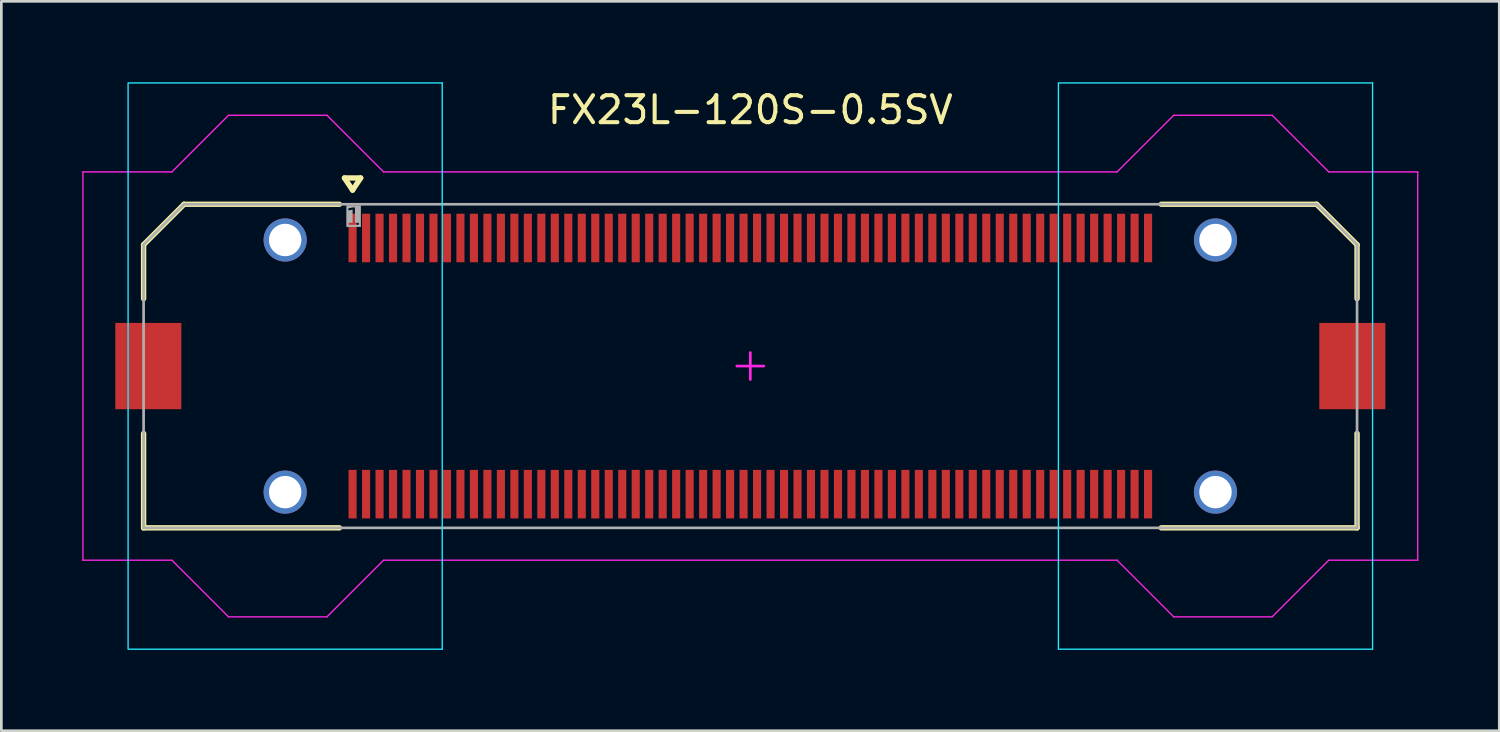
<source format=kicad_pcb>
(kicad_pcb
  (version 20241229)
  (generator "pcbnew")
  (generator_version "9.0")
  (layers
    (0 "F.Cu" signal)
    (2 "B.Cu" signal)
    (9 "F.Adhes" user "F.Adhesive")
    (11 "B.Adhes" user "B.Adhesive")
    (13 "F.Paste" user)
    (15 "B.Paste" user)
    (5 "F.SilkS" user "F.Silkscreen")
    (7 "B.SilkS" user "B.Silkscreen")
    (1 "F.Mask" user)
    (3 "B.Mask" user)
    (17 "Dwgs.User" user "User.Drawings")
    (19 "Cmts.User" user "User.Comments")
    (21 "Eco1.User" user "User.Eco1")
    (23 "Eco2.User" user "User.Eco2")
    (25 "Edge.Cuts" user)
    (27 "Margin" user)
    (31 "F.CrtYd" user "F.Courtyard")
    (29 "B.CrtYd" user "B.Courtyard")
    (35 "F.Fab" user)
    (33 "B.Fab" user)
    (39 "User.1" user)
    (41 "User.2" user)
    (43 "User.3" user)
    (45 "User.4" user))
  (footprint "FX23L-120S-0.5SV"
    (layer "F.Cu")
    (at 24.775 10.525)
    (property "Reference" "FX23L-120S-0.5SV" (at 0 -9.5 0) (layer "F.SilkS") (effects (font (size 1 1) (thickness 0.15))))
    (fp_line (start -22.5 -4.5) (end -21 -6) (stroke (width 0.2) (type solid)) (layer "F.SilkS"))
    (fp_line (start -22.5 -2.5) (end -22.5 -4.5) (stroke (width 0.2) (type solid)) (layer "F.SilkS"))
    (fp_line (start -22.5 6) (end -22.5 2.5) (stroke (width 0.2) (type solid)) (layer "F.SilkS"))
    (fp_line (start -22.5 6) (end -15.24 6) (stroke (width 0.2) (type solid)) (layer "F.SilkS"))
    (fp_line (start -21 -6) (end -15.24 -6) (stroke (width 0.2) (type solid)) (layer "F.SilkS"))
    (fp_line (start -15.05 -6.975) (end -14.75 -6.525) (stroke (width 0.2) (type solid)) (layer "F.SilkS"))
    (fp_line (start -15.05 -6.975) (end -14.45 -6.975) (stroke (width 0.2) (type solid)) (layer "F.SilkS"))
    (fp_line (start -14.75 -6.525) (end -14.45 -6.975) (stroke (width 0.2) (type solid)) (layer "F.SilkS"))
    (fp_line (start 15.24 -6) (end 21 -6) (stroke (width 0.2) (type solid)) (layer "F.SilkS"))
    (fp_line (start 15.24 6) (end 22.5 6) (stroke (width 0.2) (type solid)) (layer "F.SilkS"))
    (fp_line (start 21 -6) (end 22.5 -4.5) (stroke (width 0.2) (type solid)) (layer "F.SilkS"))
    (fp_line (start 22.5 -2.5) (end 22.5 -4.5) (stroke (width 0.2) (type solid)) (layer "F.SilkS"))
    (fp_line (start 22.5 6) (end 22.5 2.5) (stroke (width 0.2) (type solid)) (layer "F.SilkS"))
    (fp_rect (start -16.85 -3.862) (end -15.4 -5.375) (stroke (width 0) (type default)) (fill yes) (layer "F.Paste"))
    (fp_rect (start -16.85 5.375) (end -15.4 3.862) (stroke (width 0) (type default)) (fill yes) (layer "F.Paste"))
    (fp_rect (start -14.875 -3.85) (end -14.625 -5.65) (stroke (width 0) (type default)) (fill yes) (layer "F.Paste"))
    (fp_rect (start -14.875 5.65) (end -14.625 3.85) (stroke (width 0) (type default)) (fill yes) (layer "F.Paste"))
    (fp_rect (start -14.375 -3.85) (end -14.125 -5.65) (stroke (width 0) (type default)) (fill yes) (layer "F.Paste"))
    (fp_rect (start -14.375 5.65) (end -14.125 3.85) (stroke (width 0) (type default)) (fill yes) (layer "F.Paste"))
    (fp_rect (start -13.875 -3.85) (end -13.625 -5.65) (stroke (width 0) (type default)) (fill yes) (layer "F.Paste"))
    (fp_rect (start -13.875 5.65) (end -13.625 3.85) (stroke (width 0) (type default)) (fill yes) (layer "F.Paste"))
    (fp_rect (start -13.375 -3.85) (end -13.125 -5.65) (stroke (width 0) (type default)) (fill yes) (layer "F.Paste"))
    (fp_rect (start -13.375 5.65) (end -13.125 3.85) (stroke (width 0) (type default)) (fill yes) (layer "F.Paste"))
    (fp_rect (start -12.875 -3.85) (end -12.625 -5.65) (stroke (width 0) (type default)) (fill yes) (layer "F.Paste"))
    (fp_rect (start -12.875 5.65) (end -12.625 3.85) (stroke (width 0) (type default)) (fill yes) (layer "F.Paste"))
    (fp_rect (start -12.375 -3.85) (end -12.125 -5.65) (stroke (width 0) (type default)) (fill yes) (layer "F.Paste"))
    (fp_rect (start -12.375 5.65) (end -12.125 3.85) (stroke (width 0) (type default)) (fill yes) (layer "F.Paste"))
    (fp_rect (start -11.875 -3.85) (end -11.625 -5.65) (stroke (width 0) (type default)) (fill yes) (layer "F.Paste"))
    (fp_rect (start -11.875 5.65) (end -11.625 3.85) (stroke (width 0) (type default)) (fill yes) (layer "F.Paste"))
    (fp_rect (start -11.375 -3.85) (end -11.125 -5.65) (stroke (width 0) (type default)) (fill yes) (layer "F.Paste"))
    (fp_rect (start -11.375 5.65) (end -11.125 3.85) (stroke (width 0) (type default)) (fill yes) (layer "F.Paste"))
    (fp_rect (start -10.875 -3.85) (end -10.625 -5.65) (stroke (width 0) (type default)) (fill yes) (layer "F.Paste"))
    (fp_rect (start -10.875 5.65) (end -10.625 3.85) (stroke (width 0) (type default)) (fill yes) (layer "F.Paste"))
    (fp_rect (start -10.375 -3.85) (end -10.125 -5.65) (stroke (width 0) (type default)) (fill yes) (layer "F.Paste"))
    (fp_rect (start -10.375 5.65) (end -10.125 3.85) (stroke (width 0) (type default)) (fill yes) (layer "F.Paste"))
    (fp_rect (start -9.875 -3.85) (end -9.625 -5.65) (stroke (width 0) (type default)) (fill yes) (layer "F.Paste"))
    (fp_rect (start -9.875 5.65) (end -9.625 3.85) (stroke (width 0) (type default)) (fill yes) (layer "F.Paste"))
    (fp_rect (start -9.375 -3.85) (end -9.125 -5.65) (stroke (width 0) (type default)) (fill yes) (layer "F.Paste"))
    (fp_rect (start -9.375 5.65) (end -9.125 3.85) (stroke (width 0) (type default)) (fill yes) (layer "F.Paste"))
    (fp_rect (start -8.875 -3.85) (end -8.625 -5.65) (stroke (width 0) (type default)) (fill yes) (layer "F.Paste"))
    (fp_rect (start -8.875 5.65) (end -8.625 3.85) (stroke (width 0) (type default)) (fill yes) (layer "F.Paste"))
    (fp_rect (start -8.375 -3.85) (end -8.125 -5.65) (stroke (width 0) (type default)) (fill yes) (layer "F.Paste"))
    (fp_rect (start -8.375 5.65) (end -8.125 3.85) (stroke (width 0) (type default)) (fill yes) (layer "F.Paste"))
    (fp_rect (start -7.875 -3.85) (end -7.625 -5.65) (stroke (width 0) (type default)) (fill yes) (layer "F.Paste"))
    (fp_rect (start -7.875 5.65) (end -7.625 3.85) (stroke (width 0) (type default)) (fill yes) (layer "F.Paste"))
    (fp_rect (start -7.375 -3.85) (end -7.125 -5.65) (stroke (width 0) (type default)) (fill yes) (layer "F.Paste"))
    (fp_rect (start -7.375 5.65) (end -7.125 3.85) (stroke (width 0) (type default)) (fill yes) (layer "F.Paste"))
    (fp_rect (start -6.875 -3.85) (end -6.625 -5.65) (stroke (width 0) (type default)) (fill yes) (layer "F.Paste"))
    (fp_rect (start -6.875 5.65) (end -6.625 3.85) (stroke (width 0) (type default)) (fill yes) (layer "F.Paste"))
    (fp_rect (start -6.375 -3.85) (end -6.125 -5.65) (stroke (width 0) (type default)) (fill yes) (layer "F.Paste"))
    (fp_rect (start -6.375 5.65) (end -6.125 3.85) (stroke (width 0) (type default)) (fill yes) (layer "F.Paste"))
    (fp_rect (start -5.875 -3.85) (end -5.625 -5.65) (stroke (width 0) (type default)) (fill yes) (layer "F.Paste"))
    (fp_rect (start -5.875 5.65) (end -5.625 3.85) (stroke (width 0) (type default)) (fill yes) (layer "F.Paste"))
    (fp_rect (start -5.375 -3.85) (end -5.125 -5.65) (stroke (width 0) (type default)) (fill yes) (layer "F.Paste"))
    (fp_rect (start -5.375 5.65) (end -5.125 3.85) (stroke (width 0) (type default)) (fill yes) (layer "F.Paste"))
    (fp_rect (start -4.875 -3.85) (end -4.625 -5.65) (stroke (width 0) (type default)) (fill yes) (layer "F.Paste"))
    (fp_rect (start -4.875 5.65) (end -4.625 3.85) (stroke (width 0) (type default)) (fill yes) (layer "F.Paste"))
    (fp_rect (start -4.375 -3.85) (end -4.125 -5.65) (stroke (width 0) (type default)) (fill yes) (layer "F.Paste"))
    (fp_rect (start -4.375 5.65) (end -4.125 3.85) (stroke (width 0) (type default)) (fill yes) (layer "F.Paste"))
    (fp_rect (start -3.875 -3.85) (end -3.625 -5.65) (stroke (width 0) (type default)) (fill yes) (layer "F.Paste"))
    (fp_rect (start -3.875 5.65) (end -3.625 3.85) (stroke (width 0) (type default)) (fill yes) (layer "F.Paste"))
    (fp_rect (start -3.375 -3.85) (end -3.125 -5.65) (stroke (width 0) (type default)) (fill yes) (layer "F.Paste"))
    (fp_rect (start -3.375 5.65) (end -3.125 3.85) (stroke (width 0) (type default)) (fill yes) (layer "F.Paste"))
    (fp_rect (start -2.875 -3.85) (end -2.625 -5.65) (stroke (width 0) (type default)) (fill yes) (layer "F.Paste"))
    (fp_rect (start -2.875 5.65) (end -2.625 3.85) (stroke (width 0) (type default)) (fill yes) (layer "F.Paste"))
    (fp_rect (start -2.375 -3.85) (end -2.125 -5.65) (stroke (width 0) (type default)) (fill yes) (layer "F.Paste"))
    (fp_rect (start -2.375 5.65) (end -2.125 3.85) (stroke (width 0) (type default)) (fill yes) (layer "F.Paste"))
    (fp_rect (start -1.875 -3.85) (end -1.625 -5.65) (stroke (width 0) (type default)) (fill yes) (layer "F.Paste"))
    (fp_rect (start -1.875 5.65) (end -1.625 3.85) (stroke (width 0) (type default)) (fill yes) (layer "F.Paste"))
    (fp_rect (start -1.375 -3.85) (end -1.125 -5.65) (stroke (width 0) (type default)) (fill yes) (layer "F.Paste"))
    (fp_rect (start -1.375 5.65) (end -1.125 3.85) (stroke (width 0) (type default)) (fill yes) (layer "F.Paste"))
    (fp_rect (start -0.875 -3.85) (end -0.625 -5.65) (stroke (width 0) (type default)) (fill yes) (layer "F.Paste"))
    (fp_rect (start -0.875 5.65) (end -0.625 3.85) (stroke (width 0) (type default)) (fill yes) (layer "F.Paste"))
    (fp_rect (start -0.375 -3.85) (end -0.125 -5.65) (stroke (width 0) (type default)) (fill yes) (layer "F.Paste"))
    (fp_rect (start -0.375 5.65) (end -0.125 3.85) (stroke (width 0) (type default)) (fill yes) (layer "F.Paste"))
    (fp_rect (start 0.125 -3.85) (end 0.375 -5.65) (stroke (width 0) (type default)) (fill yes) (layer "F.Paste"))
    (fp_rect (start 0.125 5.65) (end 0.375 3.85) (stroke (width 0) (type default)) (fill yes) (layer "F.Paste"))
    (fp_rect (start 0.625 -3.85) (end 0.875 -5.65) (stroke (width 0) (type default)) (fill yes) (layer "F.Paste"))
    (fp_rect (start 0.625 5.65) (end 0.875 3.85) (stroke (width 0) (type default)) (fill yes) (layer "F.Paste"))
    (fp_rect (start 1.125 -3.85) (end 1.375 -5.65) (stroke (width 0) (type default)) (fill yes) (layer "F.Paste"))
    (fp_rect (start 1.125 5.65) (end 1.375 3.85) (stroke (width 0) (type default)) (fill yes) (layer "F.Paste"))
    (fp_rect (start 1.625 -3.85) (end 1.875 -5.65) (stroke (width 0) (type default)) (fill yes) (layer "F.Paste"))
    (fp_rect (start 1.625 5.65) (end 1.875 3.85) (stroke (width 0) (type default)) (fill yes) (layer "F.Paste"))
    (fp_rect (start 2.125 -3.85) (end 2.375 -5.65) (stroke (width 0) (type default)) (fill yes) (layer "F.Paste"))
    (fp_rect (start 2.125 5.65) (end 2.375 3.85) (stroke (width 0) (type default)) (fill yes) (layer "F.Paste"))
    (fp_rect (start 2.625 -3.85) (end 2.875 -5.65) (stroke (width 0) (type default)) (fill yes) (layer "F.Paste"))
    (fp_rect (start 2.625 5.65) (end 2.875 3.85) (stroke (width 0) (type default)) (fill yes) (layer "F.Paste"))
    (fp_rect (start 3.125 -3.85) (end 3.375 -5.65) (stroke (width 0) (type default)) (fill yes) (layer "F.Paste"))
    (fp_rect (start 3.125 5.65) (end 3.375 3.85) (stroke (width 0) (type default)) (fill yes) (layer "F.Paste"))
    (fp_rect (start 3.625 -3.85) (end 3.875 -5.65) (stroke (width 0) (type default)) (fill yes) (layer "F.Paste"))
    (fp_rect (start 3.625 5.65) (end 3.875 3.85) (stroke (width 0) (type default)) (fill yes) (layer "F.Paste"))
    (fp_rect (start 4.125 -3.85) (end 4.375 -5.65) (stroke (width 0) (type default)) (fill yes) (layer "F.Paste"))
    (fp_rect (start 4.125 5.65) (end 4.375 3.85) (stroke (width 0) (type default)) (fill yes) (layer "F.Paste"))
    (fp_rect (start 4.625 -3.85) (end 4.875 -5.65) (stroke (width 0) (type default)) (fill yes) (layer "F.Paste"))
    (fp_rect (start 4.625 5.65) (end 4.875 3.85) (stroke (width 0) (type default)) (fill yes) (layer "F.Paste"))
    (fp_rect (start 5.125 -3.85) (end 5.375 -5.65) (stroke (width 0) (type default)) (fill yes) (layer "F.Paste"))
    (fp_rect (start 5.125 5.65) (end 5.375 3.85) (stroke (width 0) (type default)) (fill yes) (layer "F.Paste"))
    (fp_rect (start 5.625 -3.85) (end 5.875 -5.65) (stroke (width 0) (type default)) (fill yes) (layer "F.Paste"))
    (fp_rect (start 5.625 5.65) (end 5.875 3.85) (stroke (width 0) (type default)) (fill yes) (layer "F.Paste"))
    (fp_rect (start 6.125 -3.85) (end 6.375 -5.65) (stroke (width 0) (type default)) (fill yes) (layer "F.Paste"))
    (fp_rect (start 6.125 5.65) (end 6.375 3.85) (stroke (width 0) (type default)) (fill yes) (layer "F.Paste"))
    (fp_rect (start 6.625 -3.85) (end 6.875 -5.65) (stroke (width 0) (type default)) (fill yes) (layer "F.Paste"))
    (fp_rect (start 6.625 5.65) (end 6.875 3.85) (stroke (width 0) (type default)) (fill yes) (layer "F.Paste"))
    (fp_rect (start 7.125 -3.85) (end 7.375 -5.65) (stroke (width 0) (type default)) (fill yes) (layer "F.Paste"))
    (fp_rect (start 7.125 5.65) (end 7.375 3.85) (stroke (width 0) (type default)) (fill yes) (layer "F.Paste"))
    (fp_rect (start 7.625 -3.85) (end 7.875 -5.65) (stroke (width 0) (type default)) (fill yes) (layer "F.Paste"))
    (fp_rect (start 7.625 5.65) (end 7.875 3.85) (stroke (width 0) (type default)) (fill yes) (layer "F.Paste"))
    (fp_rect (start 8.125 -3.85) (end 8.375 -5.65) (stroke (width 0) (type default)) (fill yes) (layer "F.Paste"))
    (fp_rect (start 8.125 5.65) (end 8.375 3.85) (stroke (width 0) (type default)) (fill yes) (layer "F.Paste"))
    (fp_rect (start 8.625 -3.85) (end 8.875 -5.65) (stroke (width 0) (type default)) (fill yes) (layer "F.Paste"))
    (fp_rect (start 8.625 5.65) (end 8.875 3.85) (stroke (width 0) (type default)) (fill yes) (layer "F.Paste"))
    (fp_rect (start 9.125 -3.85) (end 9.375 -5.65) (stroke (width 0) (type default)) (fill yes) (layer "F.Paste"))
    (fp_rect (start 9.125 5.65) (end 9.375 3.85) (stroke (width 0) (type default)) (fill yes) (layer "F.Paste"))
    (fp_rect (start 9.625 -3.85) (end 9.875 -5.65) (stroke (width 0) (type default)) (fill yes) (layer "F.Paste"))
    (fp_rect (start 9.625 5.65) (end 9.875 3.85) (stroke (width 0) (type default)) (fill yes) (layer "F.Paste"))
    (fp_rect (start 10.125 -3.85) (end 10.375 -5.65) (stroke (width 0) (type default)) (fill yes) (layer "F.Paste"))
    (fp_rect (start 10.125 5.65) (end 10.375 3.85) (stroke (width 0) (type default)) (fill yes) (layer "F.Paste"))
    (fp_rect (start 10.625 -3.85) (end 10.875 -5.65) (stroke (width 0) (type default)) (fill yes) (layer "F.Paste"))
    (fp_rect (start 10.625 5.65) (end 10.875 3.85) (stroke (width 0) (type default)) (fill yes) (layer "F.Paste"))
    (fp_rect (start 11.125 -3.85) (end 11.375 -5.65) (stroke (width 0) (type default)) (fill yes) (layer "F.Paste"))
    (fp_rect (start 11.125 5.65) (end 11.375 3.85) (stroke (width 0) (type default)) (fill yes) (layer "F.Paste"))
    (fp_rect (start 11.625 -3.85) (end 11.875 -5.65) (stroke (width 0) (type default)) (fill yes) (layer "F.Paste"))
    (fp_rect (start 11.625 5.65) (end 11.875 3.85) (stroke (width 0) (type default)) (fill yes) (layer "F.Paste"))
    (fp_rect (start 12.125 -3.85) (end 12.375 -5.65) (stroke (width 0) (type default)) (fill yes) (layer "F.Paste"))
    (fp_rect (start 12.125 5.65) (end 12.375 3.85) (stroke (width 0) (type default)) (fill yes) (layer "F.Paste"))
    (fp_rect (start 12.625 -3.85) (end 12.875 -5.65) (stroke (width 0) (type default)) (fill yes) (layer "F.Paste"))
    (fp_rect (start 12.625 5.65) (end 12.875 3.85) (stroke (width 0) (type default)) (fill yes) (layer "F.Paste"))
    (fp_rect (start 13.125 -3.85) (end 13.375 -5.65) (stroke (width 0) (type default)) (fill yes) (layer "F.Paste"))
    (fp_rect (start 13.125 5.65) (end 13.375 3.85) (stroke (width 0) (type default)) (fill yes) (layer "F.Paste"))
    (fp_rect (start 13.625 -3.85) (end 13.875 -5.65) (stroke (width 0) (type default)) (fill yes) (layer "F.Paste"))
    (fp_rect (start 13.625 5.65) (end 13.875 3.85) (stroke (width 0) (type default)) (fill yes) (layer "F.Paste"))
    (fp_rect (start 14.125 -3.85) (end 14.375 -5.65) (stroke (width 0) (type default)) (fill yes) (layer "F.Paste"))
    (fp_rect (start 14.125 5.65) (end 14.375 3.85) (stroke (width 0) (type default)) (fill yes) (layer "F.Paste"))
    (fp_rect (start 14.625 -3.85) (end 14.875 -5.65) (stroke (width 0) (type default)) (fill yes) (layer "F.Paste"))
    (fp_rect (start 14.625 5.65) (end 14.875 3.85) (stroke (width 0) (type default)) (fill yes) (layer "F.Paste"))
    (fp_rect (start 16.85 -5.375) (end 15.4 -3.862) (stroke (width 0) (type default)) (fill yes) (layer "F.Paste"))
    (fp_rect (start 16.85 3.862) (end 15.4 5.375) (stroke (width 0) (type default)) (fill yes) (layer "F.Paste"))
    (fp_poly (pts (xy -15.4 -5.275) (xy -17.65 -5.275) (xy -17.65 -3.875) (xy -19.15 -3.875) (xy -19.65 -4.375) (xy -19.65 -8.3) (xy -19.15 -8.8) (xy -15.9 -8.8) (xy -15.4 -8.3)) (stroke (width 0) (type default)) (fill yes) (layer "F.Paste"))
    (fp_poly (pts (xy -15.4 5.275) (xy -17.65 5.275) (xy -17.65 3.875) (xy -19.15 3.875) (xy -19.65 4.375) (xy -19.65 8.3) (xy -19.15 8.8) (xy -15.9 8.8) (xy -15.4 8.3)) (stroke (width 0) (type default)) (fill yes) (layer "F.Paste"))
    (fp_poly (pts (xy 15.4 -5.275) (xy 17.65 -5.275) (xy 17.65 -3.875) (xy 19.15 -3.875) (xy 19.65 -4.375) (xy 19.65 -8.3) (xy 19.15 -8.8) (xy 15.9 -8.8) (xy 15.4 -8.3)) (stroke (width 0) (type default)) (fill yes) (layer "F.Paste"))
    (fp_poly (pts (xy 15.4 5.275) (xy 17.65 5.275) (xy 17.65 3.875) (xy 19.15 3.875) (xy 19.65 4.375) (xy 19.65 8.3) (xy 19.15 8.8) (xy 15.9 8.8) (xy 15.4 8.3)) (stroke (width 0) (type default)) (fill yes) (layer "F.Paste"))
    (fp_line (start -23.075 10.5) (end -23.075 -10.5) (stroke (width 0.05) (type solid)) (layer "B.CrtYd"))
    (fp_line (start -23.05 -10.5) (end -11.425 -10.5) (stroke (width 0.05) (type solid)) (layer "B.CrtYd"))
    (fp_line (start -23.05 10.5) (end -11.425 10.5) (stroke (width 0.05) (type solid)) (layer "B.CrtYd"))
    (fp_line (start -11.425 10.5) (end -11.425 -10.5) (stroke (width 0.05) (type solid)) (layer "B.CrtYd"))
    (fp_line (start 11.425 10.5) (end 11.425 -10.5) (stroke (width 0.05) (type solid)) (layer "B.CrtYd"))
    (fp_line (start 11.45 -10.5) (end 23.075 -10.5) (stroke (width 0.05) (type solid)) (layer "B.CrtYd"))
    (fp_line (start 11.45 10.5) (end 23.075 10.5) (stroke (width 0.05) (type solid)) (layer "B.CrtYd"))
    (fp_line (start 23.075 10.5) (end 23.075 -10.5) (stroke (width 0.05) (type solid)) (layer "B.CrtYd"))
    (fp_line (start -24.75 -7.2) (end -21.45 -7.2) (stroke (width 0.05) (type solid)) (layer "F.CrtYd"))
    (fp_line (start -24.75 7.2) (end -24.75 -7.2) (stroke (width 0.05) (type solid)) (layer "F.CrtYd"))
    (fp_line (start -24.75 7.2) (end -21.45 7.2) (stroke (width 0.05) (type solid)) (layer "F.CrtYd"))
    (fp_line (start -21.45 -7.2) (end -19.35 -9.3) (stroke (width 0.05) (type solid)) (layer "F.CrtYd"))
    (fp_line (start -21.45 7.2) (end -19.35 9.3) (stroke (width 0.05) (type solid)) (layer "F.CrtYd"))
    (fp_line (start -19.35 -9.3) (end -15.7 -9.3) (stroke (width 0.05) (type solid)) (layer "F.CrtYd"))
    (fp_line (start -19.35 9.3) (end -15.7 9.3) (stroke (width 0.05) (type solid)) (layer "F.CrtYd"))
    (fp_line (start -15.7 -9.3) (end -13.6 -7.2) (stroke (width 0.05) (type solid)) (layer "F.CrtYd"))
    (fp_line (start -15.7 9.3) (end -13.6 7.2) (stroke (width 0.05) (type solid)) (layer "F.CrtYd"))
    (fp_line (start -13.6 -7.2) (end 13.6 -7.2) (stroke (width 0.05) (type solid)) (layer "F.CrtYd"))
    (fp_line (start -13.6 7.2) (end 13.6 7.2) (stroke (width 0.05) (type solid)) (layer "F.CrtYd"))
    (fp_line (start -0.5 0) (end 0.5 0) (stroke (width 0.1) (type solid)) (layer "F.CrtYd"))
    (fp_line (start 0 0.5) (end 0 -0.5) (stroke (width 0.1) (type solid)) (layer "F.CrtYd"))
    (fp_line (start 13.6 -7.2) (end 15.7 -9.3) (stroke (width 0.05) (type solid)) (layer "F.CrtYd"))
    (fp_line (start 13.6 7.2) (end 15.7 9.3) (stroke (width 0.05) (type solid)) (layer "F.CrtYd"))
    (fp_line (start 15.7 -9.3) (end 19.35 -9.3) (stroke (width 0.05) (type solid)) (layer "F.CrtYd"))
    (fp_line (start 15.7 9.3) (end 19.35 9.3) (stroke (width 0.05) (type solid)) (layer "F.CrtYd"))
    (fp_line (start 19.35 -9.3) (end 21.45 -7.2) (stroke (width 0.05) (type solid)) (layer "F.CrtYd"))
    (fp_line (start 19.35 9.3) (end 21.45 7.2) (stroke (width 0.05) (type solid)) (layer "F.CrtYd"))
    (fp_line (start 21.45 -7.2) (end 24.75 -7.2) (stroke (width 0.05) (type solid)) (layer "F.CrtYd"))
    (fp_line (start 21.45 7.2) (end 24.75 7.2) (stroke (width 0.05) (type solid)) (layer "F.CrtYd"))
    (fp_line (start 24.75 7.2) (end 24.75 -7.2) (stroke (width 0.05) (type solid)) (layer "F.CrtYd"))
    (fp_line (start -22.5 -4.5) (end -21 -6) (stroke (width 0.1) (type solid)) (layer "F.Fab"))
    (fp_line (start -22.5 6) (end -22.5 -4.5) (stroke (width 0.1) (type solid)) (layer "F.Fab"))
    (fp_line (start -22.5 6) (end 22.5 6) (stroke (width 0.1) (type solid)) (layer "F.Fab"))
    (fp_line (start -21 -6) (end -15.24 -6) (stroke (width 0.1) (type solid)) (layer "F.Fab"))
    (fp_line (start -15.24 -6) (end 15.24 -6) (stroke (width 0.1) (type solid)) (layer "F.Fab"))
    (fp_line (start 15.24 -6) (end 21 -6) (stroke (width 0.1) (type solid)) (layer "F.Fab"))
    (fp_line (start 21 -6) (end 22.5 -4.5) (stroke (width 0.1) (type solid)) (layer "F.Fab"))
    (fp_line (start 22.5 -2.5) (end 22.5 -4.5) (stroke (width 0.1) (type solid)) (layer "F.Fab"))
    (fp_line (start 22.5 6) (end 22.5 -2.5) (stroke (width 0.1) (type solid)) (layer "F.Fab"))
    (fp_text user "1" (at -15 -5.5 0) (unlocked yes) (layer "F.Fab" knockout) (effects (font (face "Arial") (size 0.63 0.63) (thickness 0.254)) (justify left)))
    (pad "1" smd rect (at -14.75 -4.75) (size 0.3 1.8) (layers "F.Cu" "F.Mask" "F.Paste"))
    (pad "2" smd rect (at -14.25 -4.75) (size 0.3 1.8) (layers "F.Cu" "F.Mask" "F.Paste"))
    (pad "3" smd rect (at -13.75 -4.75) (size 0.3 1.8) (layers "F.Cu" "F.Mask" "F.Paste"))
    (pad "4" smd rect (at -13.25 -4.75) (size 0.3 1.8) (layers "F.Cu" "F.Mask" "F.Paste"))
    (pad "5" smd rect (at -12.75 -4.75) (size 0.3 1.8) (layers "F.Cu" "F.Mask" "F.Paste"))
    (pad "6" smd rect (at -12.25 -4.75) (size 0.3 1.8) (layers "F.Cu" "F.Mask" "F.Paste"))
    (pad "7" smd rect (at -11.75 -4.75) (size 0.3 1.8) (layers "F.Cu" "F.Mask" "F.Paste"))
    (pad "8" smd rect (at -11.25 -4.75) (size 0.3 1.8) (layers "F.Cu" "F.Mask" "F.Paste"))
    (pad "9" smd rect (at -10.75 -4.75) (size 0.3 1.8) (layers "F.Cu" "F.Mask" "F.Paste"))
    (pad "10" smd rect (at -10.25 -4.75) (size 0.3 1.8) (layers "F.Cu" "F.Mask" "F.Paste"))
    (pad "11" smd rect (at -9.75 -4.75) (size 0.3 1.8) (layers "F.Cu" "F.Mask" "F.Paste"))
    (pad "12" smd rect (at -9.25 -4.75) (size 0.3 1.8) (layers "F.Cu" "F.Mask" "F.Paste"))
    (pad "13" smd rect (at -8.75 -4.75) (size 0.3 1.8) (layers "F.Cu" "F.Mask" "F.Paste"))
    (pad "14" smd rect (at -8.25 -4.75) (size 0.3 1.8) (layers "F.Cu" "F.Mask" "F.Paste"))
    (pad "15" smd rect (at -7.75 -4.75) (size 0.3 1.8) (layers "F.Cu" "F.Mask" "F.Paste"))
    (pad "16" smd rect (at -7.25 -4.75) (size 0.3 1.8) (layers "F.Cu" "F.Mask" "F.Paste"))
    (pad "17" smd rect (at -6.75 -4.75) (size 0.3 1.8) (layers "F.Cu" "F.Mask" "F.Paste"))
    (pad "18" smd rect (at -6.25 -4.75) (size 0.3 1.8) (layers "F.Cu" "F.Mask" "F.Paste"))
    (pad "19" smd rect (at -5.75 -4.75) (size 0.3 1.8) (layers "F.Cu" "F.Mask" "F.Paste"))
    (pad "20" smd rect (at -5.25 -4.75) (size 0.3 1.8) (layers "F.Cu" "F.Mask" "F.Paste"))
    (pad "21" smd rect (at -4.75 -4.75) (size 0.3 1.8) (layers "F.Cu" "F.Mask" "F.Paste"))
    (pad "22" smd rect (at -4.25 -4.75) (size 0.3 1.8) (layers "F.Cu" "F.Mask" "F.Paste"))
    (pad "23" smd rect (at -3.75 -4.75) (size 0.3 1.8) (layers "F.Cu" "F.Mask" "F.Paste"))
    (pad "24" smd rect (at -3.25 -4.75) (size 0.3 1.8) (layers "F.Cu" "F.Mask" "F.Paste"))
    (pad "25" smd rect (at -2.75 -4.75) (size 0.3 1.8) (layers "F.Cu" "F.Mask" "F.Paste"))
    (pad "26" smd rect (at -2.25 -4.75) (size 0.3 1.8) (layers "F.Cu" "F.Mask" "F.Paste"))
    (pad "27" smd rect (at -1.75 -4.75) (size 0.3 1.8) (layers "F.Cu" "F.Mask" "F.Paste"))
    (pad "28" smd rect (at -1.25 -4.75) (size 0.3 1.8) (layers "F.Cu" "F.Mask" "F.Paste"))
    (pad "29" smd rect (at -0.75 -4.75) (size 0.3 1.8) (layers "F.Cu" "F.Mask" "F.Paste"))
    (pad "30" smd rect (at -0.25 -4.75) (size 0.3 1.8) (layers "F.Cu" "F.Mask" "F.Paste"))
    (pad "31" smd rect (at 0.25 -4.75) (size 0.3 1.8) (layers "F.Cu" "F.Mask" "F.Paste"))
    (pad "32" smd rect (at 0.75 -4.75) (size 0.3 1.8) (layers "F.Cu" "F.Mask" "F.Paste"))
    (pad "33" smd rect (at 1.25 -4.75) (size 0.3 1.8) (layers "F.Cu" "F.Mask" "F.Paste"))
    (pad "34" smd rect (at 1.75 -4.75) (size 0.3 1.8) (layers "F.Cu" "F.Mask" "F.Paste"))
    (pad "35" smd rect (at 2.25 -4.75) (size 0.3 1.8) (layers "F.Cu" "F.Mask" "F.Paste"))
    (pad "36" smd rect (at 2.75 -4.75) (size 0.3 1.8) (layers "F.Cu" "F.Mask" "F.Paste"))
    (pad "37" smd rect (at 3.25 -4.75) (size 0.3 1.8) (layers "F.Cu" "F.Mask" "F.Paste"))
    (pad "38" smd rect (at 3.75 -4.75) (size 0.3 1.8) (layers "F.Cu" "F.Mask" "F.Paste"))
    (pad "39" smd rect (at 4.25 -4.75) (size 0.3 1.8) (layers "F.Cu" "F.Mask" "F.Paste"))
    (pad "40" smd rect (at 4.75 -4.75) (size 0.3 1.8) (layers "F.Cu" "F.Mask" "F.Paste"))
    (pad "41" smd rect (at 5.25 -4.75) (size 0.3 1.8) (layers "F.Cu" "F.Mask" "F.Paste"))
    (pad "42" smd rect (at 5.75 -4.75) (size 0.3 1.8) (layers "F.Cu" "F.Mask" "F.Paste"))
    (pad "43" smd rect (at 6.25 -4.75) (size 0.3 1.8) (layers "F.Cu" "F.Mask" "F.Paste"))
    (pad "44" smd rect (at 6.75 -4.75) (size 0.3 1.8) (layers "F.Cu" "F.Mask" "F.Paste"))
    (pad "45" smd rect (at 7.25 -4.75) (size 0.3 1.8) (layers "F.Cu" "F.Mask" "F.Paste"))
    (pad "46" smd rect (at 7.75 -4.75) (size 0.3 1.8) (layers "F.Cu" "F.Mask" "F.Paste"))
    (pad "47" smd rect (at 8.25 -4.75) (size 0.3 1.8) (layers "F.Cu" "F.Mask" "F.Paste"))
    (pad "48" smd rect (at 8.75 -4.75) (size 0.3 1.8) (layers "F.Cu" "F.Mask" "F.Paste"))
    (pad "49" smd rect (at 9.25 -4.75) (size 0.3 1.8) (layers "F.Cu" "F.Mask" "F.Paste"))
    (pad "50" smd rect (at 9.75 -4.75) (size 0.3 1.8) (layers "F.Cu" "F.Mask" "F.Paste"))
    (pad "51" smd rect (at 10.25 -4.75) (size 0.3 1.8) (layers "F.Cu" "F.Mask" "F.Paste"))
    (pad "52" smd rect (at 10.75 -4.75) (size 0.3 1.8) (layers "F.Cu" "F.Mask" "F.Paste"))
    (pad "53" smd rect (at 11.25 -4.75) (size 0.3 1.8) (layers "F.Cu" "F.Mask" "F.Paste"))
    (pad "54" smd rect (at 11.75 -4.75) (size 0.3 1.8) (layers "F.Cu" "F.Mask" "F.Paste"))
    (pad "55" smd rect (at 12.25 -4.75) (size 0.3 1.8) (layers "F.Cu" "F.Mask" "F.Paste"))
    (pad "56" smd rect (at 12.75 -4.75) (size 0.3 1.8) (layers "F.Cu" "F.Mask" "F.Paste"))
    (pad "57" smd rect (at 13.25 -4.75) (size 0.3 1.8) (layers "F.Cu" "F.Mask" "F.Paste"))
    (pad "58" smd rect (at 13.75 -4.75) (size 0.3 1.8) (layers "F.Cu" "F.Mask" "F.Paste"))
    (pad "59" smd rect (at 14.25 -4.75) (size 0.3 1.8) (layers "F.Cu" "F.Mask" "F.Paste"))
    (pad "60" smd rect (at 14.75 -4.75) (size 0.3 1.8) (layers "F.Cu" "F.Mask" "F.Paste"))
    (pad "61" smd rect (at -14.75 4.75) (size 0.3 1.8) (layers "F.Cu" "F.Mask" "F.Paste"))
    (pad "62" smd rect (at -14.25 4.75) (size 0.3 1.8) (layers "F.Cu" "F.Mask" "F.Paste"))
    (pad "63" smd rect (at -13.75 4.75) (size 0.3 1.8) (layers "F.Cu" "F.Mask" "F.Paste"))
    (pad "64" smd rect (at -13.25 4.75) (size 0.3 1.8) (layers "F.Cu" "F.Mask" "F.Paste"))
    (pad "65" smd rect (at -12.75 4.75) (size 0.3 1.8) (layers "F.Cu" "F.Mask" "F.Paste"))
    (pad "66" smd rect (at -12.25 4.75) (size 0.3 1.8) (layers "F.Cu" "F.Mask" "F.Paste"))
    (pad "67" smd rect (at -11.75 4.75) (size 0.3 1.8) (layers "F.Cu" "F.Mask" "F.Paste"))
    (pad "68" smd rect (at -11.25 4.75) (size 0.3 1.8) (layers "F.Cu" "F.Mask" "F.Paste"))
    (pad "69" smd rect (at -10.75 4.75) (size 0.3 1.8) (layers "F.Cu" "F.Mask" "F.Paste"))
    (pad "70" smd rect (at -10.25 4.75) (size 0.3 1.8) (layers "F.Cu" "F.Mask" "F.Paste"))
    (pad "71" smd rect (at -9.75 4.75) (size 0.3 1.8) (layers "F.Cu" "F.Mask" "F.Paste"))
    (pad "72" smd rect (at -9.25 4.75) (size 0.3 1.8) (layers "F.Cu" "F.Mask" "F.Paste"))
    (pad "73" smd rect (at -8.75 4.75) (size 0.3 1.8) (layers "F.Cu" "F.Mask" "F.Paste"))
    (pad "74" smd rect (at -8.25 4.75) (size 0.3 1.8) (layers "F.Cu" "F.Mask" "F.Paste"))
    (pad "75" smd rect (at -7.75 4.75) (size 0.3 1.8) (layers "F.Cu" "F.Mask" "F.Paste"))
    (pad "76" smd rect (at -7.25 4.75) (size 0.3 1.8) (layers "F.Cu" "F.Mask" "F.Paste"))
    (pad "77" smd rect (at -6.75 4.75) (size 0.3 1.8) (layers "F.Cu" "F.Mask" "F.Paste"))
    (pad "78" smd rect (at -6.25 4.75) (size 0.3 1.8) (layers "F.Cu" "F.Mask" "F.Paste"))
    (pad "79" smd rect (at -5.75 4.75) (size 0.3 1.8) (layers "F.Cu" "F.Mask" "F.Paste"))
    (pad "80" smd rect (at -5.25 4.75) (size 0.3 1.8) (layers "F.Cu" "F.Mask" "F.Paste"))
    (pad "81" smd rect (at -4.75 4.75) (size 0.3 1.8) (layers "F.Cu" "F.Mask" "F.Paste"))
    (pad "82" smd rect (at -4.25 4.75) (size 0.3 1.8) (layers "F.Cu" "F.Mask" "F.Paste"))
    (pad "83" smd rect (at -3.75 4.75) (size 0.3 1.8) (layers "F.Cu" "F.Mask" "F.Paste"))
    (pad "84" smd rect (at -3.25 4.75) (size 0.3 1.8) (layers "F.Cu" "F.Mask" "F.Paste"))
    (pad "85" smd rect (at -2.75 4.75) (size 0.3 1.8) (layers "F.Cu" "F.Mask" "F.Paste"))
    (pad "86" smd rect (at -2.25 4.75) (size 0.3 1.8) (layers "F.Cu" "F.Mask" "F.Paste"))
    (pad "87" smd rect (at -1.75 4.75) (size 0.3 1.8) (layers "F.Cu" "F.Mask" "F.Paste"))
    (pad "88" smd rect (at -1.25 4.75) (size 0.3 1.8) (layers "F.Cu" "F.Mask" "F.Paste"))
    (pad "89" smd rect (at -0.75 4.75) (size 0.3 1.8) (layers "F.Cu" "F.Mask" "F.Paste"))
    (pad "90" smd rect (at -0.25 4.75) (size 0.3 1.8) (layers "F.Cu" "F.Mask" "F.Paste"))
    (pad "91" smd rect (at 0.25 4.75) (size 0.3 1.8) (layers "F.Cu" "F.Mask" "F.Paste"))
    (pad "92" smd rect (at 0.75 4.75) (size 0.3 1.8) (layers "F.Cu" "F.Mask" "F.Paste"))
    (pad "93" smd rect (at 1.25 4.75) (size 0.3 1.8) (layers "F.Cu" "F.Mask" "F.Paste"))
    (pad "94" smd rect (at 1.75 4.75) (size 0.3 1.8) (layers "F.Cu" "F.Mask" "F.Paste"))
    (pad "95" smd rect (at 2.25 4.75) (size 0.3 1.8) (layers "F.Cu" "F.Mask" "F.Paste"))
    (pad "96" smd rect (at 2.75 4.75) (size 0.3 1.8) (layers "F.Cu" "F.Mask" "F.Paste"))
    (pad "97" smd rect (at 3.25 4.75) (size 0.3 1.8) (layers "F.Cu" "F.Mask" "F.Paste"))
    (pad "98" smd rect (at 3.75 4.75) (size 0.3 1.8) (layers "F.Cu" "F.Mask" "F.Paste"))
    (pad "99" smd rect (at 4.25 4.75) (size 0.3 1.8) (layers "F.Cu" "F.Mask" "F.Paste"))
    (pad "100" smd rect (at 4.75 4.75) (size 0.3 1.8) (layers "F.Cu" "F.Mask" "F.Paste"))
    (pad "101" smd rect (at 5.25 4.75) (size 0.3 1.8) (layers "F.Cu" "F.Mask" "F.Paste"))
    (pad "102" smd rect (at 5.75 4.75) (size 0.3 1.8) (layers "F.Cu" "F.Mask" "F.Paste"))
    (pad "103" smd rect (at 6.25 4.75) (size 0.3 1.8) (layers "F.Cu" "F.Mask" "F.Paste"))
    (pad "104" smd rect (at 6.75 4.75) (size 0.3 1.8) (layers "F.Cu" "F.Mask" "F.Paste"))
    (pad "105" smd rect (at 7.25 4.75) (size 0.3 1.8) (layers "F.Cu" "F.Mask" "F.Paste"))
    (pad "106" smd rect (at 7.75 4.75) (size 0.3 1.8) (layers "F.Cu" "F.Mask" "F.Paste"))
    (pad "107" smd rect (at 8.25 4.75) (size 0.3 1.8) (layers "F.Cu" "F.Mask" "F.Paste"))
    (pad "108" smd rect (at 8.75 4.75) (size 0.3 1.8) (layers "F.Cu" "F.Mask" "F.Paste"))
    (pad "109" smd rect (at 9.25 4.75) (size 0.3 1.8) (layers "F.Cu" "F.Mask" "F.Paste"))
    (pad "110" smd rect (at 9.75 4.75) (size 0.3 1.8) (layers "F.Cu" "F.Mask" "F.Paste"))
    (pad "111" smd rect (at 10.25 4.75) (size 0.3 1.8) (layers "F.Cu" "F.Mask" "F.Paste"))
    (pad "112" smd rect (at 10.75 4.75) (size 0.3 1.8) (layers "F.Cu" "F.Mask" "F.Paste"))
    (pad "113" smd rect (at 11.25 4.75) (size 0.3 1.8) (layers "F.Cu" "F.Mask" "F.Paste"))
    (pad "114" smd rect (at 11.75 4.75) (size 0.3 1.8) (layers "F.Cu" "F.Mask" "F.Paste"))
    (pad "115" smd rect (at 12.25 4.75) (size 0.3 1.8) (layers "F.Cu" "F.Mask" "F.Paste"))
    (pad "116" smd rect (at 12.75 4.75) (size 0.3 1.8) (layers "F.Cu" "F.Mask" "F.Paste"))
    (pad "117" smd rect (at 13.25 4.75) (size 0.3 1.8) (layers "F.Cu" "F.Mask" "F.Paste"))
    (pad "118" smd rect (at 13.75 4.75) (size 0.3 1.8) (layers "F.Cu" "F.Mask" "F.Paste"))
    (pad "119" smd rect (at 14.25 4.75) (size 0.3 1.8) (layers "F.Cu" "F.Mask" "F.Paste"))
    (pad "120" smd rect (at 14.75 4.75) (size 0.3 1.8) (layers "F.Cu" "F.Mask" "F.Paste"))
    (pad "121" thru_hole circle (at -17.25 -4.675 180) (size 1.6 1.6) (drill 1.2) (layers "*.Cu" "*.Mask"))
    (pad "122" thru_hole circle (at 17.25 -4.675) (size 1.6 1.6) (drill 1.2) (layers "*.Cu" "*.Mask"))
    (pad "123" thru_hole circle (at -17.25 4.675 180) (size 1.6 1.6) (drill 1.2) (layers "*.Cu" "*.Mask"))
    (pad "124" thru_hole circle (at 17.25 4.675) (size 1.6 1.6) (drill 1.2) (layers "*.Cu" "*.Mask"))
    (pad "ME" smd rect (at -22.325 0 180) (size 2.45 3.2) (layers "F.Cu" "F.Mask" "F.Paste"))
    (pad "ME" smd rect (at 22.325 0) (size 2.45 3.2) (layers "F.Cu" "F.Mask" "F.Paste")))
  (gr_rect
    (start -3 -3)
    (end 52.55 24.05)
    (stroke (width 0.1) (type default))
    (fill no)
    (layer "Edge.Cuts")))
</source>
